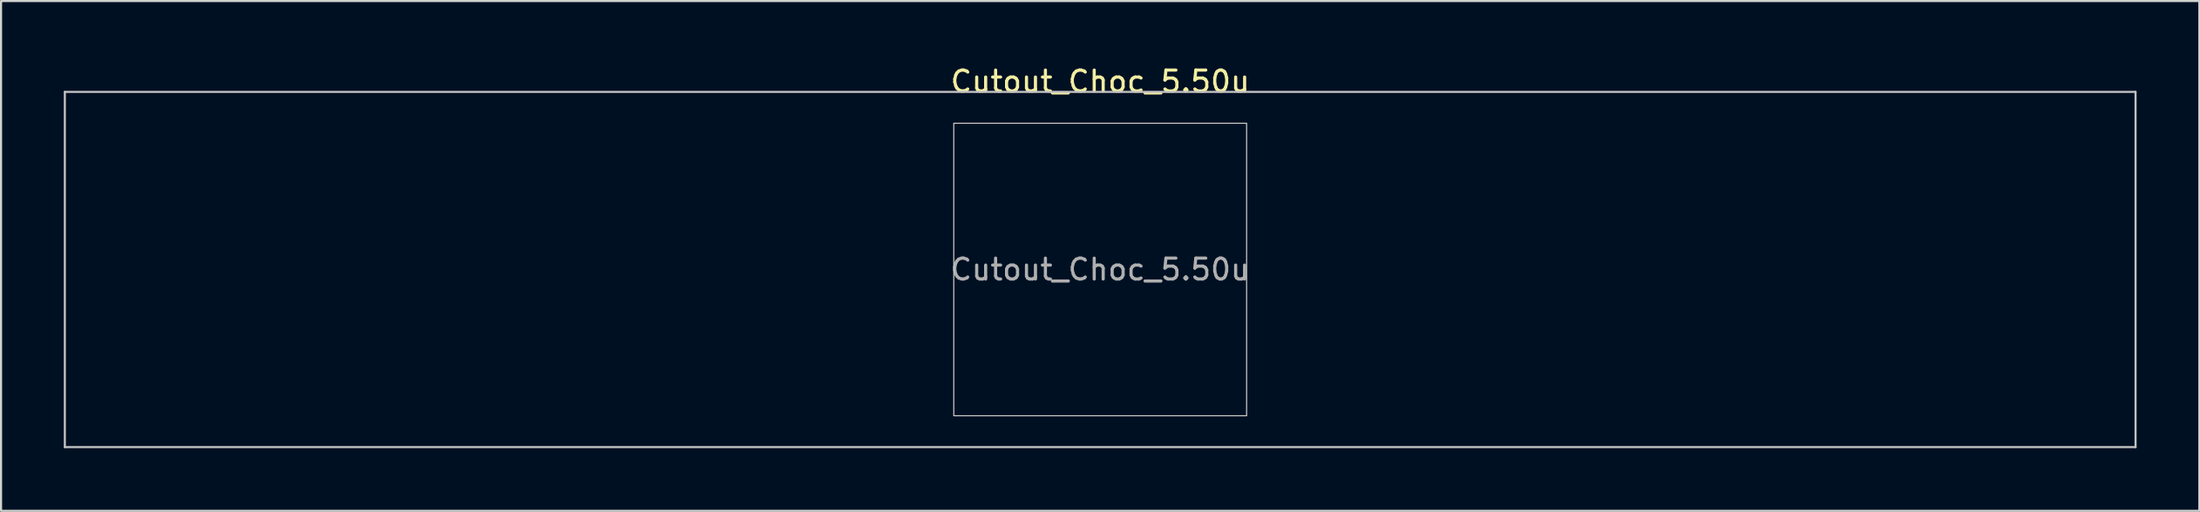
<source format=kicad_pcb>
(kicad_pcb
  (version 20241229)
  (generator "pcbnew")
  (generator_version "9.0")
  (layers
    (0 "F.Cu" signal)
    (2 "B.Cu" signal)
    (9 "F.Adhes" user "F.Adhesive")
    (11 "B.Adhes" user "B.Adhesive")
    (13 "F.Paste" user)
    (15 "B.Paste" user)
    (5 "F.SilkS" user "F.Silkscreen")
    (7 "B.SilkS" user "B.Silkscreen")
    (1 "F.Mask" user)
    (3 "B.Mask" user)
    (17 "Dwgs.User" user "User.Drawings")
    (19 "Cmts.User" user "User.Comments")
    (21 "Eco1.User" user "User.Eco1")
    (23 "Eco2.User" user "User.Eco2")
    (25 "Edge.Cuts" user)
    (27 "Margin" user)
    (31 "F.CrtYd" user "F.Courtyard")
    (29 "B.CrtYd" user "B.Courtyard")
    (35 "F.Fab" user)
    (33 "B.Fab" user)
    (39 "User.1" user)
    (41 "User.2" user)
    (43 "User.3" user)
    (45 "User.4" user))
  (footprint "Cutout_Choc_5.50u"
    (layer "F.Cu")
    (at 49.55 9.848)
    (property "Reference" "Cutout_Choc_5.50u" (at 0 -9 0) (layer "F.SilkS") (effects (font (size 1 1) (thickness 0.15))))
    (attr through_hole)
    (fp_line (start -49.5 -8.5) (end -49.5 8.5) (stroke (width 0.1) (type solid)) (layer "Dwgs.User"))
    (fp_line (start -49.5 8.5) (end 49.5 8.5) (stroke (width 0.1) (type solid)) (layer "Dwgs.User"))
    (fp_line (start 49.5 -8.5) (end -49.5 -8.5) (stroke (width 0.1) (type solid)) (layer "Dwgs.User"))
    (fp_line (start 49.5 8.5) (end 49.5 -8.5) (stroke (width 0.1) (type solid)) (layer "Dwgs.User"))
    (fp_rect (start -7 -7) (end 7 7) (stroke (width 0.05) (type default)) (fill no) (layer "Edge.Cuts"))
    (fp_text user "${REFERENCE}" (at 0 0 0) (layer "F.Fab") (effects (font (size 1 1) (thickness 0.15)))))
  (gr_rect
    (start -3 -3)
    (end 102.1 21.398)
    (stroke (width 0.1) (type default))
    (fill no)
    (layer "Edge.Cuts")))
</source>
